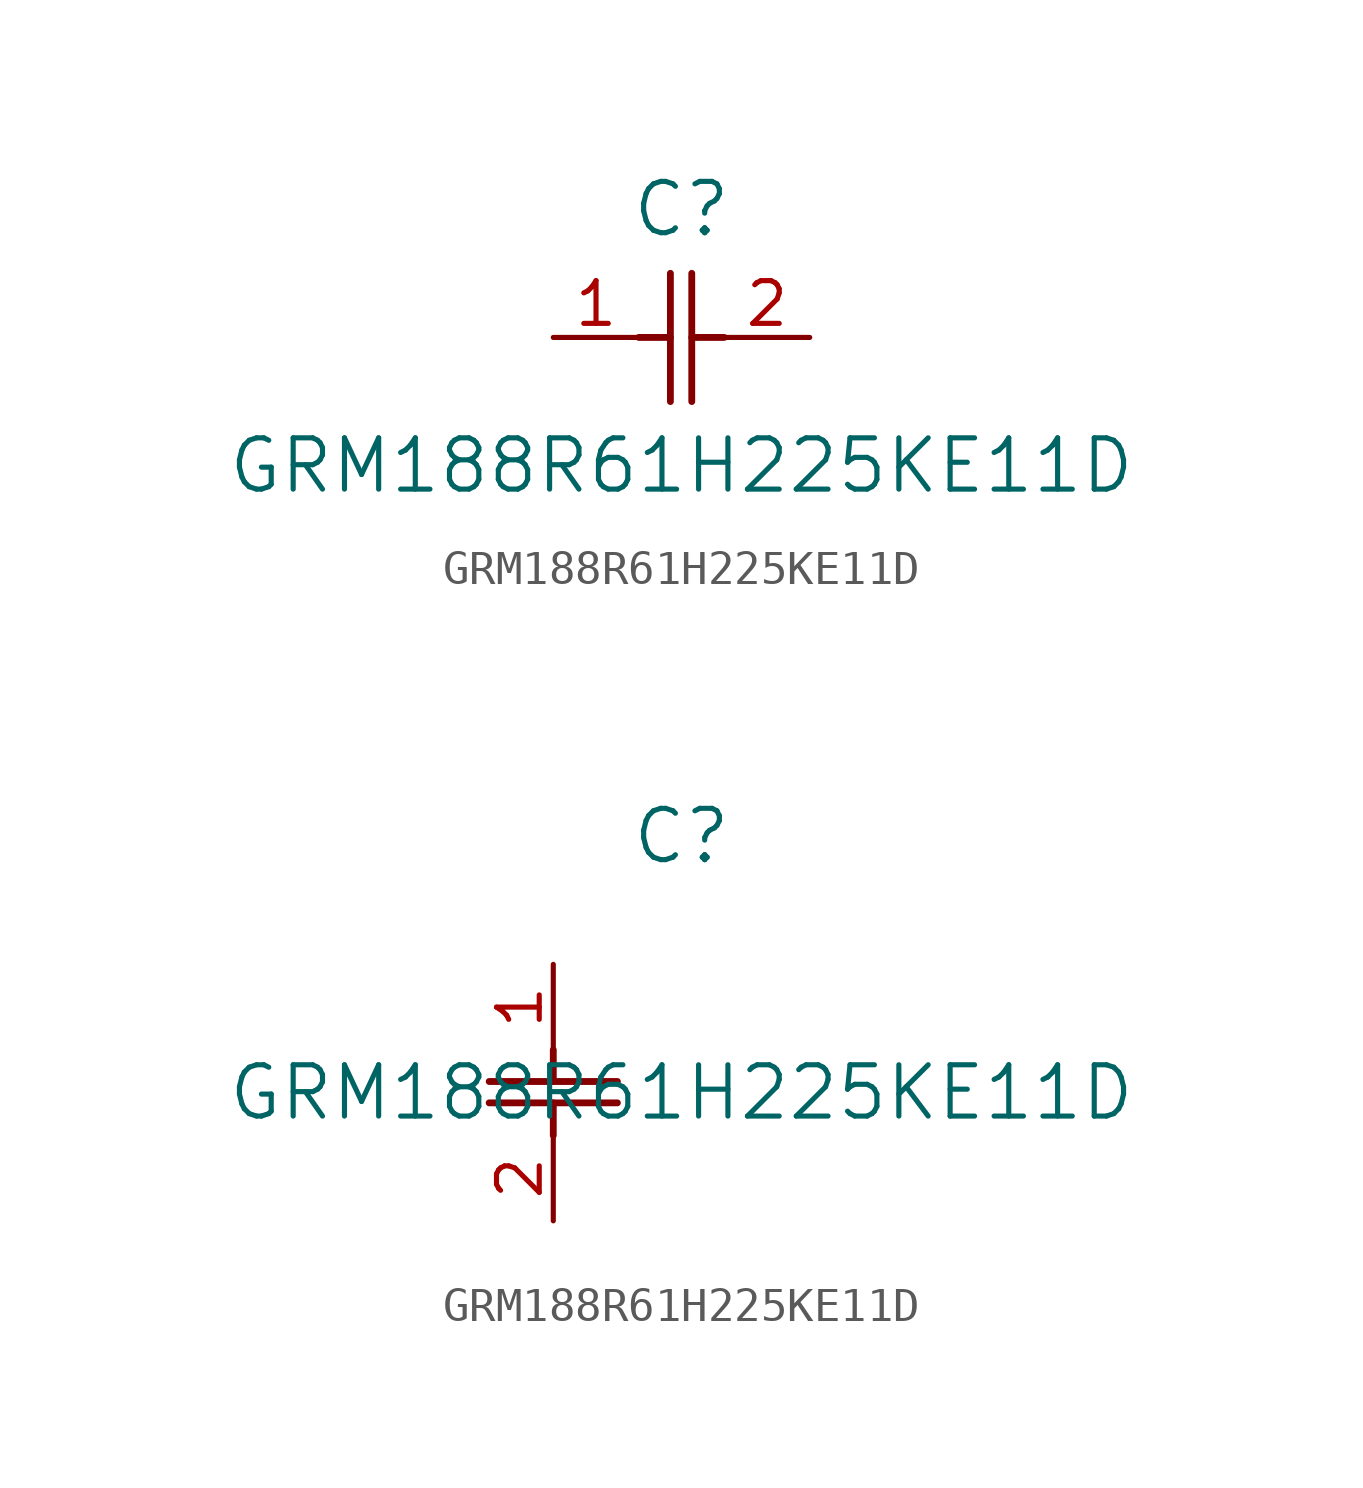
<source format=kicad_sym>
(kicad_symbol_lib
  (version 20211014)
  (generator kicad_symbol_editor)
  (symbol "GRM188R61H225KE11D"
    (pin_names
      (offset 0.254))
    (property "Reference" "C"
      (at 3.81 3.81 0)
      (effects (font (size 1.524 1.524))))
    (property "Value" "GRM188R61H225KE11D"
      (at 3.81 -3.81 0)
      (effects (font (size 1.524 1.524))))
    (symbol "GRM188R61H225KE11D_1_1"
      (polyline (pts (xy 3.48 -1.905) (xy 3.48 1.905)) (stroke (width 0.203) (type default) (color 0 0 0 0)) (fill (type none)))
      (polyline (pts (xy 4.115 -1.905) (xy 4.115 1.905)) (stroke (width 0.203) (type default) (color 0 0 0 0)) (fill (type none)))
      (polyline (pts (xy 4.115 0) (xy 5.08 0)) (stroke (width 0.203) (type default) (color 0 0 0 0)) (fill (type none)))
      (polyline (pts (xy 2.54 0) (xy 3.48 0)) (stroke (width 0.203) (type default) (color 0 0 0 0)) (fill (type none)))
      (pin unspecified line (at 0 0 0) (length 2.54) (name "" (effects (font (size 1.27 1.27)))) (number "1" (effects (font (size 1.27 1.27)))))
      (pin unspecified line (at 7.62 0 180) (length 2.54) (name "" (effects (font (size 1.27 1.27)))) (number "2" (effects (font (size 1.27 1.27))))))
    (symbol "GRM188R61H225KE11D_1_2"
      (polyline (pts (xy -1.905 -3.48) (xy 1.905 -3.48)) (stroke (width 0.203) (type default) (color 0 0 0 0)) (fill (type none)))
      (polyline (pts (xy -1.905 -4.115) (xy 1.905 -4.115)) (stroke (width 0.203) (type default) (color 0 0 0 0)) (fill (type none)))
      (polyline (pts (xy 0 -4.115) (xy 0 -5.08)) (stroke (width 0.203) (type default) (color 0 0 0 0)) (fill (type none)))
      (polyline (pts (xy 0 -2.54) (xy 0 -3.48)) (stroke (width 0.203) (type default) (color 0 0 0 0)) (fill (type none)))
      (pin unspecified line (at 0 0 270) (length 2.54) (name "" (effects (font (size 1.27 1.27)))) (number "1" (effects (font (size 1.27 1.27)))))
      (pin unspecified line (at 0 -7.62 90) (length 2.54) (name "" (effects (font (size 1.27 1.27)))) (number "2" (effects (font (size 1.27 1.27))))))))
</source>
